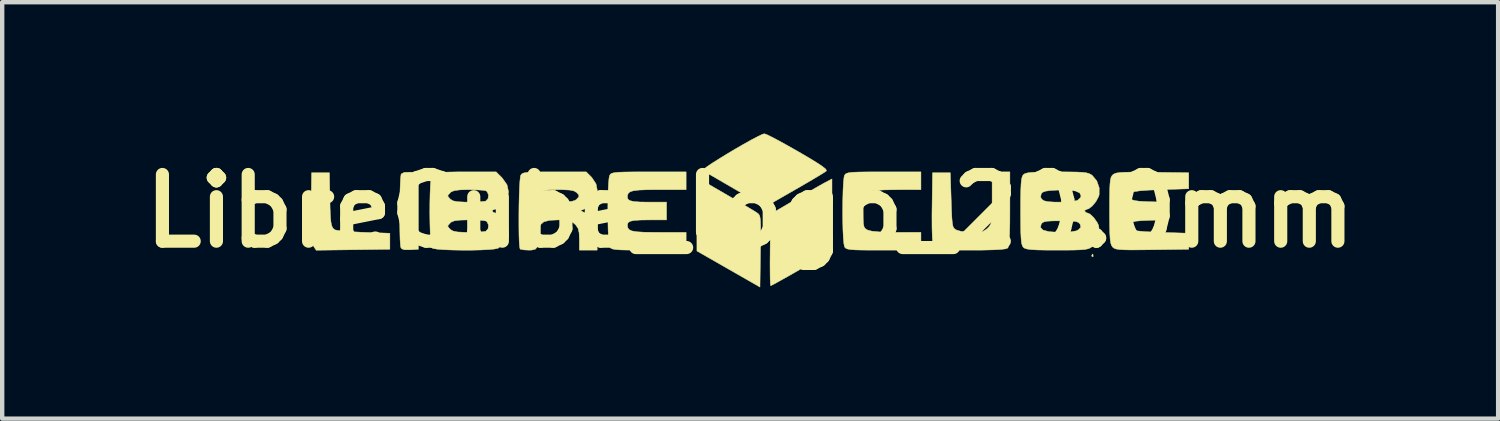
<source format=kicad_pcb>
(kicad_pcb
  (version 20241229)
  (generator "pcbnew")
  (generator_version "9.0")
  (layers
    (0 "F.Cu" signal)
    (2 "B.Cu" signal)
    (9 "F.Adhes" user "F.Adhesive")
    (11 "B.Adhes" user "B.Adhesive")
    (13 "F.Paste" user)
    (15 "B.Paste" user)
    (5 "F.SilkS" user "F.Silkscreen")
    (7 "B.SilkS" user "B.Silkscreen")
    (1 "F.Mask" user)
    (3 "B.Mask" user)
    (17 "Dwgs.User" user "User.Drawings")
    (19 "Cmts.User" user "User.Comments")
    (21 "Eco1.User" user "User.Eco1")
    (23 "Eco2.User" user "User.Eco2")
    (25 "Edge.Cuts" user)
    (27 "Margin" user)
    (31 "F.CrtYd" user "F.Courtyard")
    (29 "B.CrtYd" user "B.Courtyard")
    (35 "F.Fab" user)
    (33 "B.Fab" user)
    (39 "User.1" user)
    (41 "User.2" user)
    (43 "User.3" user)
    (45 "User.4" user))
  (footprint "LibreCube_logo_20.0mm"
    (layer "F.Cu")
    (at 14.086 1.77)
    (property "Reference" "LibreCube_logo_20.0mm" (at 0 0 0) (layer "F.SilkS") (effects (font (size 1.524 1.524) (thickness 0.3))))
    (attr through_hole)
    (fp_poly (pts (xy 7.83 0.989) (xy 7.835 1.037) (xy 7.83 1.043) (xy 7.806 1.038) (xy 7.803 1.016) (xy 7.818 0.983) (xy 7.83 0.989)) (stroke (width 0.01) (type solid)) (fill yes) (layer "F.SilkS"))
    (fp_poly (pts (xy -0.576 -0.394) (xy -0.364 -0.27) (xy -0.171 -0.157) (xy -0.011 -0.062) (xy 0.104 0.007) (xy 0.157 0.041) (xy 0.187 0.064) (xy 0.21 0.094) (xy 0.225 0.142) (xy 0.235 0.219) (xy 0.239 0.337) (xy 0.24 0.507) (xy 0.237 0.739) (xy 0.235 0.92) (xy 0.224 1.738) (xy -0.496 1.326) (xy -1.216 0.914) (xy -1.218 0.073) (xy -1.219 -0.767) (xy -0.576 -0.394)) (stroke (width 0.01) (type solid)) (fill yes) (layer "F.SilkS"))
    (fp_poly (pts (xy -7.758 -0.887) (xy -7.579 -0.874) (xy -7.579 0.874) (xy -7.767 0.886) (xy -7.893 0.886) (xy -7.959 0.863) (xy -7.981 0.832) (xy -7.99 0.766) (xy -7.998 0.637) (xy -8.002 0.459) (xy -8.005 0.249) (xy -8.005 0.021) (xy -8.003 -0.208) (xy -7.999 -0.424) (xy -7.993 -0.611) (xy -7.985 -0.752) (xy -7.975 -0.834) (xy -7.971 -0.846) (xy -7.902 -0.882) (xy -7.767 -0.887) (xy -7.758 -0.887)) (stroke (width 0.01) (type solid)) (fill yes) (layer "F.SilkS"))
    (fp_poly (pts (xy 1.869 0.091) (xy 1.868 0.914) (xy 1.18 1.311) (xy 0.967 1.433) (xy 0.778 1.54) (xy 0.625 1.625) (xy 0.519 1.683) (xy 0.47 1.707) (xy 0.469 1.707) (xy 0.462 1.668) (xy 0.457 1.561) (xy 0.455 1.396) (xy 0.454 1.186) (xy 0.456 0.944) (xy 0.456 0.888) (xy 0.467 0.07) (xy 1.016 -0.251) (xy 1.219 -0.369) (xy 1.409 -0.479) (xy 1.569 -0.571) (xy 1.684 -0.635) (xy 1.717 -0.653) (xy 1.869 -0.733) (xy 1.869 0.091)) (stroke (width 0.01) (type solid)) (fill yes) (layer "F.SilkS"))
    (fp_poly (pts (xy -9.601 -0.325) (xy -9.596 -0.067) (xy -9.588 0.121) (xy -9.576 0.253) (xy -9.558 0.339) (xy -9.532 0.391) (xy -9.497 0.423) (xy -9.48 0.432) (xy -9.415 0.445) (xy -9.285 0.459) (xy -9.108 0.473) (xy -8.899 0.484) (xy -8.819 0.487) (xy -8.23 0.508) (xy -8.23 0.874) (xy -9.913 0.896) (xy -9.977 0.799) (xy -9.999 0.753) (xy -10.015 0.684) (xy -10.025 0.583) (xy -10.031 0.436) (xy -10.032 0.233) (xy -10.029 -0.037) (xy -10.029 -0.086) (xy -10.018 -0.874) (xy -9.611 -0.874) (xy -9.601 -0.325)) (stroke (width 0.01) (type solid)) (fill yes) (layer "F.SilkS"))
    (fp_poly (pts (xy 0.376 -1.747) (xy 0.488 -1.693) (xy 0.646 -1.61) (xy 0.838 -1.504) (xy 1.054 -1.382) (xy 1.087 -1.363) (xy 1.336 -1.218) (xy 1.52 -1.106) (xy 1.644 -1.023) (xy 1.717 -0.966) (xy 1.743 -0.929) (xy 1.737 -0.912) (xy 1.687 -0.878) (xy 1.579 -0.811) (xy 1.423 -0.718) (xy 1.233 -0.607) (xy 1.02 -0.484) (xy 1.016 -0.482) (xy 0.345 -0.097) (xy -0.345 -0.497) (xy -0.561 -0.623) (xy -0.754 -0.735) (xy -0.913 -0.827) (xy -1.027 -0.893) (xy -1.082 -0.925) (xy -1.085 -0.927) (xy -1.065 -0.954) (xy -0.987 -1.012) (xy -0.863 -1.096) (xy -0.704 -1.196) (xy -0.523 -1.307) (xy -0.333 -1.42) (xy -0.146 -1.528) (xy 0.026 -1.624) (xy 0.17 -1.7) (xy 0.274 -1.75) (xy 0.323 -1.765) (xy 0.376 -1.747)) (stroke (width 0.01) (type solid)) (fill yes) (layer "F.SilkS"))
    (fp_poly (pts (xy 5.933 -0.049) (xy 5.932 0.269) (xy 5.926 0.511) (xy 5.917 0.684) (xy 5.904 0.793) (xy 5.886 0.844) (xy 5.885 0.845) (xy 5.836 0.864) (xy 5.728 0.878) (xy 5.556 0.887) (xy 5.313 0.893) (xy 5.033 0.894) (xy 4.757 0.894) (xy 4.552 0.892) (xy 4.406 0.887) (xy 4.308 0.879) (xy 4.247 0.866) (xy 4.212 0.847) (xy 4.191 0.821) (xy 4.186 0.814) (xy 4.171 0.741) (xy 4.16 0.592) (xy 4.154 0.374) (xy 4.153 0.094) (xy 4.155 -0.07) (xy 4.166 -0.874) (xy 4.572 -0.874) (xy 4.592 -0.245) (xy 4.6 -0.006) (xy 4.608 0.164) (xy 4.619 0.279) (xy 4.633 0.351) (xy 4.655 0.393) (xy 4.685 0.419) (xy 4.714 0.435) (xy 4.809 0.463) (xy 4.951 0.482) (xy 5.072 0.487) (xy 5.223 0.483) (xy 5.32 0.463) (xy 5.392 0.42) (xy 5.427 0.388) (xy 5.466 0.346) (xy 5.493 0.3) (xy 5.511 0.237) (xy 5.521 0.141) (xy 5.526 -0.001) (xy 5.527 -0.204) (xy 5.527 -0.303) (xy 5.527 -0.894) (xy 5.933 -0.894) (xy 5.933 -0.049)) (stroke (width 0.01) (type solid)) (fill yes) (layer "F.SilkS"))
    (fp_poly (pts (xy 3.901 -0.894) (xy 3.901 -0.488) (xy 3.343 -0.487) (xy 3.056 -0.482) (xy 2.846 -0.469) (xy 2.714 -0.447) (xy 2.682 -0.435) (xy 2.635 -0.407) (xy 2.605 -0.369) (xy 2.589 -0.303) (xy 2.582 -0.192) (xy 2.581 -0.02) (xy 2.581 0) (xy 2.582 0.179) (xy 2.588 0.295) (xy 2.603 0.364) (xy 2.631 0.404) (xy 2.677 0.432) (xy 2.682 0.435) (xy 2.781 0.461) (xy 2.959 0.478) (xy 3.214 0.486) (xy 3.343 0.487) (xy 3.901 0.488) (xy 3.901 0.894) (xy 3.049 0.894) (xy 2.765 0.894) (xy 2.551 0.892) (xy 2.396 0.888) (xy 2.291 0.88) (xy 2.224 0.868) (xy 2.185 0.851) (xy 2.162 0.828) (xy 2.155 0.815) (xy 2.141 0.747) (xy 2.128 0.61) (xy 2.119 0.415) (xy 2.114 0.176) (xy 2.113 0) (xy 2.116 -0.263) (xy 2.122 -0.488) (xy 2.132 -0.664) (xy 2.145 -0.779) (xy 2.155 -0.815) (xy 2.174 -0.842) (xy 2.205 -0.861) (xy 2.259 -0.875) (xy 2.346 -0.885) (xy 2.478 -0.89) (xy 2.666 -0.893) (xy 2.919 -0.894) (xy 3.049 -0.894) (xy 3.901 -0.894)) (stroke (width 0.01) (type solid)) (fill yes) (layer "F.SilkS"))
    (fp_poly (pts (xy -1.463 -0.894) (xy -1.463 -0.488) (xy -2.085 -0.488) (xy -2.344 -0.486) (xy -2.534 -0.479) (xy -2.663 -0.464) (xy -2.744 -0.439) (xy -2.787 -0.401) (xy -2.803 -0.349) (xy -2.804 -0.321) (xy -2.793 -0.272) (xy -2.75 -0.238) (xy -2.663 -0.217) (xy -2.52 -0.206) (xy -2.31 -0.203) (xy -2.293 -0.203) (xy -1.91 -0.203) (xy -1.91 0.203) (xy -2.293 0.203) (xy -2.508 0.206) (xy -2.655 0.216) (xy -2.745 0.236) (xy -2.791 0.269) (xy -2.804 0.317) (xy -2.804 0.321) (xy -2.796 0.381) (xy -2.766 0.425) (xy -2.702 0.455) (xy -2.594 0.474) (xy -2.431 0.484) (xy -2.202 0.487) (xy -2.085 0.488) (xy -1.463 0.488) (xy -1.463 0.894) (xy -2.315 0.894) (xy -2.6 0.894) (xy -2.814 0.892) (xy -2.968 0.888) (xy -3.073 0.88) (xy -3.14 0.868) (xy -3.18 0.851) (xy -3.202 0.828) (xy -3.209 0.815) (xy -3.224 0.746) (xy -3.236 0.612) (xy -3.245 0.429) (xy -3.249 0.215) (xy -3.251 -0.015) (xy -3.249 -0.244) (xy -3.244 -0.455) (xy -3.235 -0.632) (xy -3.223 -0.759) (xy -3.209 -0.815) (xy -3.191 -0.842) (xy -3.16 -0.861) (xy -3.106 -0.875) (xy -3.018 -0.885) (xy -2.886 -0.89) (xy -2.699 -0.893) (xy -2.446 -0.894) (xy -2.315 -0.894) (xy -1.463 -0.894)) (stroke (width 0.01) (type solid)) (fill yes) (layer "F.SilkS"))
    (fp_poly (pts (xy 8.966 -0.887) (xy 9.189 -0.885) (xy 10.018 -0.874) (xy 10.018 -0.508) (xy 9.38 -0.488) (xy 9.105 -0.477) (xy 8.903 -0.462) (xy 8.767 -0.441) (xy 8.687 -0.412) (xy 8.657 -0.372) (xy 8.667 -0.32) (xy 8.682 -0.294) (xy 8.717 -0.26) (xy 8.782 -0.238) (xy 8.892 -0.223) (xy 9.063 -0.214) (xy 9.138 -0.212) (xy 9.55 -0.2) (xy 9.55 0.2) (xy 9.138 0.212) (xy 8.943 0.22) (xy 8.813 0.232) (xy 8.735 0.251) (xy 8.691 0.281) (xy 8.682 0.294) (xy 8.656 0.352) (xy 8.668 0.396) (xy 8.726 0.43) (xy 8.837 0.454) (xy 9.01 0.471) (xy 9.252 0.483) (xy 9.38 0.488) (xy 10.018 0.508) (xy 10.018 0.874) (xy 9.182 0.885) (xy 8.899 0.888) (xy 8.686 0.889) (xy 8.532 0.886) (xy 8.426 0.879) (xy 8.356 0.867) (xy 8.312 0.85) (xy 8.282 0.826) (xy 8.277 0.821) (xy 8.253 0.784) (xy 8.235 0.727) (xy 8.223 0.639) (xy 8.215 0.508) (xy 8.211 0.322) (xy 8.209 0.069) (xy 8.209 -0.007) (xy 8.21 -0.275) (xy 8.213 -0.473) (xy 8.219 -0.613) (xy 8.229 -0.708) (xy 8.244 -0.769) (xy 8.266 -0.808) (xy 8.285 -0.828) (xy 8.319 -0.851) (xy 8.37 -0.868) (xy 8.449 -0.879) (xy 8.567 -0.886) (xy 8.735 -0.888) (xy 8.966 -0.887)) (stroke (width 0.01) (type solid)) (fill yes) (layer "F.SilkS"))
    (fp_poly (pts (xy -3.62 -0.769) (xy -3.521 -0.62) (xy -3.489 -0.454) (xy -3.522 -0.292) (xy -3.615 -0.153) (xy -3.751 -0.062) (xy -3.875 -0.009) (xy -3.748 0.056) (xy -3.626 0.136) (xy -3.549 0.235) (xy -3.508 0.373) (xy -3.495 0.568) (xy -3.495 0.598) (xy -3.495 0.894) (xy -3.901 0.894) (xy -3.901 0.648) (xy -3.907 0.499) (xy -3.929 0.402) (xy -3.977 0.329) (xy -4.001 0.303) (xy -4.067 0.248) (xy -4.143 0.218) (xy -4.255 0.205) (xy -4.378 0.203) (xy -4.579 0.212) (xy -4.713 0.246) (xy -4.792 0.314) (xy -4.829 0.424) (xy -4.836 0.548) (xy -4.841 0.716) (xy -4.861 0.819) (xy -4.908 0.873) (xy -4.99 0.892) (xy -5.057 0.894) (xy -5.17 0.888) (xy -5.245 0.873) (xy -5.256 0.867) (xy -5.267 0.816) (xy -5.276 0.699) (xy -5.281 0.531) (xy -5.283 0.328) (xy -5.283 0.104) (xy -5.281 -0.125) (xy -5.276 -0.344) (xy -5.276 -0.344) (xy -4.836 -0.344) (xy -4.83 -0.286) (xy -4.802 -0.247) (xy -4.738 -0.224) (xy -4.625 -0.212) (xy -4.449 -0.207) (xy -4.382 -0.206) (xy -4.193 -0.209) (xy -4.069 -0.221) (xy -3.993 -0.246) (xy -3.965 -0.267) (xy -3.912 -0.327) (xy -3.916 -0.37) (xy -3.965 -0.424) (xy -4.025 -0.458) (xy -4.127 -0.479) (xy -4.29 -0.487) (xy -4.368 -0.488) (xy -4.572 -0.485) (xy -4.707 -0.473) (xy -4.787 -0.449) (xy -4.826 -0.408) (xy -4.836 -0.346) (xy -4.836 -0.344) (xy -5.276 -0.344) (xy -5.269 -0.538) (xy -5.259 -0.692) (xy -5.248 -0.791) (xy -5.241 -0.815) (xy -5.221 -0.844) (xy -5.187 -0.864) (xy -5.129 -0.878) (xy -5.033 -0.887) (xy -4.889 -0.892) (xy -4.684 -0.894) (xy -4.472 -0.894) (xy -3.745 -0.894) (xy -3.62 -0.769)) (stroke (width 0.01) (type solid)) (fill yes) (layer "F.SilkS"))
    (fp_poly (pts (xy -5.803 -0.894) (xy -5.665 -0.756) (xy -5.554 -0.599) (xy -5.519 -0.434) (xy -5.561 -0.273) (xy -5.646 -0.159) (xy -5.736 -0.084) (xy -5.813 -0.043) (xy -5.829 -0.041) (xy -5.885 -0.02) (xy -5.893 0) (xy -5.86 0.036) (xy -5.829 0.041) (xy -5.761 0.068) (xy -5.672 0.135) (xy -5.646 0.159) (xy -5.557 0.278) (xy -5.527 0.41) (xy -5.527 0.427) (xy -5.557 0.601) (xy -5.637 0.749) (xy -5.752 0.847) (xy -5.759 0.85) (xy -5.838 0.868) (xy -5.977 0.881) (xy -6.159 0.89) (xy -6.368 0.895) (xy -6.587 0.895) (xy -6.801 0.891) (xy -6.992 0.884) (xy -7.145 0.872) (xy -7.242 0.856) (xy -7.266 0.845) (xy -7.284 0.788) (xy -7.298 0.664) (xy -7.309 0.491) (xy -7.313 0.345) (xy -6.909 0.345) (xy -6.884 0.382) (xy -6.845 0.424) (xy -6.786 0.458) (xy -6.683 0.479) (xy -6.52 0.487) (xy -6.442 0.488) (xy -6.277 0.485) (xy -6.139 0.477) (xy -6.051 0.466) (xy -6.038 0.463) (xy -5.987 0.407) (xy -5.977 0.322) (xy -6.01 0.247) (xy -6.038 0.228) (xy -6.107 0.216) (xy -6.234 0.208) (xy -6.393 0.203) (xy -6.442 0.203) (xy -6.63 0.208) (xy -6.753 0.223) (xy -6.827 0.252) (xy -6.845 0.267) (xy -6.896 0.323) (xy -6.909 0.345) (xy -7.313 0.345) (xy -7.315 0.282) (xy -7.318 0.055) (xy -7.317 -0.176) (xy -7.313 -0.345) (xy -6.909 -0.345) (xy -6.884 -0.309) (xy -6.845 -0.267) (xy -6.786 -0.232) (xy -6.683 -0.212) (xy -6.52 -0.204) (xy -6.442 -0.203) (xy -6.277 -0.206) (xy -6.139 -0.214) (xy -6.051 -0.224) (xy -6.038 -0.228) (xy -5.987 -0.284) (xy -5.977 -0.369) (xy -6.01 -0.443) (xy -6.038 -0.463) (xy -6.107 -0.474) (xy -6.234 -0.483) (xy -6.393 -0.487) (xy -6.442 -0.488) (xy -6.63 -0.483) (xy -6.753 -0.467) (xy -6.827 -0.439) (xy -6.845 -0.424) (xy -6.896 -0.368) (xy -6.909 -0.345) (xy -7.313 -0.345) (xy -7.312 -0.396) (xy -7.304 -0.587) (xy -7.291 -0.737) (xy -7.275 -0.827) (xy -7.266 -0.845) (xy -7.214 -0.865) (xy -7.098 -0.88) (xy -6.914 -0.889) (xy -6.657 -0.894) (xy -6.511 -0.894) (xy -5.803 -0.894)) (stroke (width 0.01) (type solid)) (fill yes) (layer "F.SilkS"))
    (fp_poly (pts (xy 7.265 -0.893) (xy 7.455 -0.89) (xy 7.589 -0.884) (xy 7.681 -0.872) (xy 7.744 -0.854) (xy 7.792 -0.829) (xy 7.816 -0.811) (xy 7.918 -0.688) (xy 7.973 -0.53) (xy 7.972 -0.372) (xy 7.96 -0.332) (xy 7.899 -0.217) (xy 7.816 -0.116) (xy 7.733 -0.052) (xy 7.694 -0.041) (xy 7.645 -0.016) (xy 7.64 0) (xy 7.673 0.037) (xy 7.694 0.041) (xy 7.768 0.074) (xy 7.854 0.157) (xy 7.93 0.267) (xy 7.96 0.332) (xy 7.979 0.484) (xy 7.939 0.644) (xy 7.85 0.781) (xy 7.816 0.811) (xy 7.772 0.841) (xy 7.719 0.863) (xy 7.644 0.878) (xy 7.535 0.887) (xy 7.378 0.892) (xy 7.159 0.894) (xy 7.008 0.894) (xy 6.744 0.893) (xy 6.55 0.889) (xy 6.414 0.881) (xy 6.324 0.868) (xy 6.269 0.85) (xy 6.241 0.83) (xy 6.218 0.796) (xy 6.201 0.737) (xy 6.19 0.643) (xy 6.182 0.503) (xy 6.18 0.377) (xy 6.631 0.377) (xy 6.69 0.436) (xy 6.826 0.472) (xy 7.04 0.487) (xy 7.092 0.488) (xy 7.307 0.479) (xy 7.448 0.454) (xy 7.5 0.429) (xy 7.554 0.371) (xy 7.539 0.306) (xy 7.534 0.297) (xy 7.502 0.262) (xy 7.446 0.241) (xy 7.35 0.229) (xy 7.197 0.224) (xy 7.092 0.224) (xy 6.904 0.226) (xy 6.78 0.233) (xy 6.706 0.25) (xy 6.664 0.278) (xy 6.649 0.297) (xy 6.631 0.377) (xy 6.18 0.377) (xy 6.179 0.305) (xy 6.177 0.039) (xy 6.177 0) (xy 6.178 -0.276) (xy 6.179 -0.32) (xy 6.633 -0.32) (xy 6.662 -0.268) (xy 6.711 -0.234) (xy 6.801 -0.213) (xy 6.946 -0.204) (xy 7.059 -0.203) (xy 7.227 -0.208) (xy 7.371 -0.221) (xy 7.466 -0.239) (xy 7.48 -0.245) (xy 7.544 -0.303) (xy 7.559 -0.345) (xy 7.528 -0.413) (xy 7.431 -0.457) (xy 7.265 -0.479) (xy 7.045 -0.479) (xy 6.862 -0.469) (xy 6.745 -0.453) (xy 6.678 -0.427) (xy 6.651 -0.4) (xy 6.633 -0.32) (xy 6.179 -0.32) (xy 6.182 -0.482) (xy 6.189 -0.628) (xy 6.2 -0.727) (xy 6.216 -0.79) (xy 6.238 -0.827) (xy 6.241 -0.83) (xy 6.277 -0.854) (xy 6.339 -0.871) (xy 6.437 -0.883) (xy 6.584 -0.89) (xy 6.79 -0.893) (xy 7.008 -0.894) (xy 7.265 -0.893)) (stroke (width 0.01) (type solid)) (fill yes) (layer "F.SilkS")))
  (gr_rect
    (start -3 -3)
    (end 31.172 6.513)
    (stroke (width 0.1) (type default))
    (fill no)
    (layer "Edge.Cuts")))
</source>
